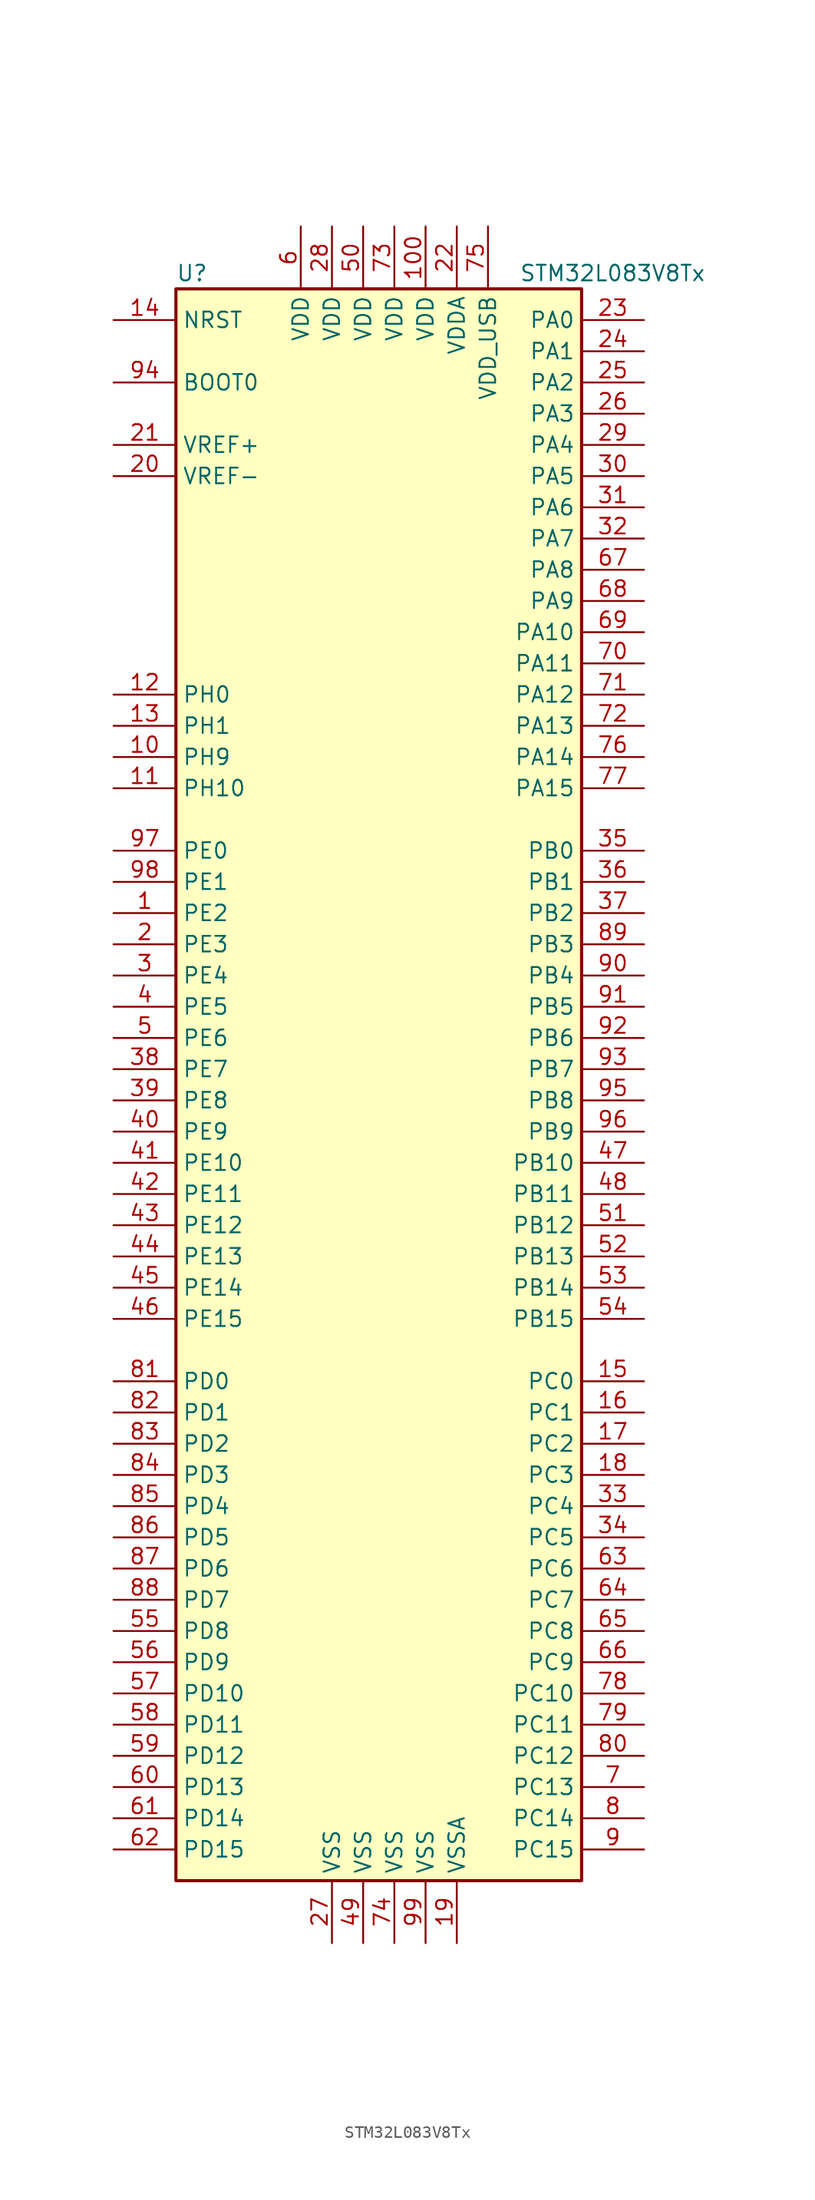
<source format=kicad_sym>
(kicad_symbol_lib
  (version 20201005)
  (generator kicad_symbol_editor)
  (symbol "STM32L083V8Tx"
    (property "Reference" "U"
      (at -17.78 64.77 0)
      (effects (font (size 1.27 1.27)) (justify left)))
    (property "Value" "STM32L083V8Tx"
      (at 10.16 64.77 0)
      (effects (font (size 1.27 1.27)) (justify left)))
    (symbol "STM32L083V8Tx_0_1"
      (rectangle (start -17.78 -66.04) (end 15.24 63.5) (stroke (width 0.254)) (fill (type background))))
    (symbol "STM32L083V8Tx_1_1"
      (pin input line (at -22.86 55.88 0) (length 5.08) (name "BOOT0" (effects (font (size 1.27 1.27)))) (number "94" (effects (font (size 1.27 1.27)))))
      (pin input line (at -22.86 60.96 0) (length 5.08) (name "NRST" (effects (font (size 1.27 1.27)))) (number "14" (effects (font (size 1.27 1.27)))))
      (pin bidirectional line (at 20.32 60.96 180) (length 5.08) (name "PA0" (effects (font (size 1.27 1.27)))) (number "23" (effects (font (size 1.27 1.27)))))
      (pin bidirectional line (at 20.32 58.42 180) (length 5.08) (name "PA1" (effects (font (size 1.27 1.27)))) (number "24" (effects (font (size 1.27 1.27)))))
      (pin bidirectional line (at 20.32 35.56 180) (length 5.08) (name "PA10" (effects (font (size 1.27 1.27)))) (number "69" (effects (font (size 1.27 1.27)))))
      (pin bidirectional line (at 20.32 33.02 180) (length 5.08) (name "PA11" (effects (font (size 1.27 1.27)))) (number "70" (effects (font (size 1.27 1.27)))))
      (pin bidirectional line (at 20.32 30.48 180) (length 5.08) (name "PA12" (effects (font (size 1.27 1.27)))) (number "71" (effects (font (size 1.27 1.27)))))
      (pin bidirectional line (at 20.32 27.94 180) (length 5.08) (name "PA13" (effects (font (size 1.27 1.27)))) (number "72" (effects (font (size 1.27 1.27)))))
      (pin bidirectional line (at 20.32 25.4 180) (length 5.08) (name "PA14" (effects (font (size 1.27 1.27)))) (number "76" (effects (font (size 1.27 1.27)))))
      (pin bidirectional line (at 20.32 22.86 180) (length 5.08) (name "PA15" (effects (font (size 1.27 1.27)))) (number "77" (effects (font (size 1.27 1.27)))))
      (pin bidirectional line (at 20.32 55.88 180) (length 5.08) (name "PA2" (effects (font (size 1.27 1.27)))) (number "25" (effects (font (size 1.27 1.27)))))
      (pin bidirectional line (at 20.32 53.34 180) (length 5.08) (name "PA3" (effects (font (size 1.27 1.27)))) (number "26" (effects (font (size 1.27 1.27)))))
      (pin bidirectional line (at 20.32 50.8 180) (length 5.08) (name "PA4" (effects (font (size 1.27 1.27)))) (number "29" (effects (font (size 1.27 1.27)))))
      (pin bidirectional line (at 20.32 48.26 180) (length 5.08) (name "PA5" (effects (font (size 1.27 1.27)))) (number "30" (effects (font (size 1.27 1.27)))))
      (pin bidirectional line (at 20.32 45.72 180) (length 5.08) (name "PA6" (effects (font (size 1.27 1.27)))) (number "31" (effects (font (size 1.27 1.27)))))
      (pin bidirectional line (at 20.32 43.18 180) (length 5.08) (name "PA7" (effects (font (size 1.27 1.27)))) (number "32" (effects (font (size 1.27 1.27)))))
      (pin bidirectional line (at 20.32 40.64 180) (length 5.08) (name "PA8" (effects (font (size 1.27 1.27)))) (number "67" (effects (font (size 1.27 1.27)))))
      (pin bidirectional line (at 20.32 38.1 180) (length 5.08) (name "PA9" (effects (font (size 1.27 1.27)))) (number "68" (effects (font (size 1.27 1.27)))))
      (pin bidirectional line (at 20.32 17.78 180) (length 5.08) (name "PB0" (effects (font (size 1.27 1.27)))) (number "35" (effects (font (size 1.27 1.27)))))
      (pin bidirectional line (at 20.32 15.24 180) (length 5.08) (name "PB1" (effects (font (size 1.27 1.27)))) (number "36" (effects (font (size 1.27 1.27)))))
      (pin bidirectional line (at 20.32 -7.62 180) (length 5.08) (name "PB10" (effects (font (size 1.27 1.27)))) (number "47" (effects (font (size 1.27 1.27)))))
      (pin bidirectional line (at 20.32 -10.16 180) (length 5.08) (name "PB11" (effects (font (size 1.27 1.27)))) (number "48" (effects (font (size 1.27 1.27)))))
      (pin bidirectional line (at 20.32 -12.7 180) (length 5.08) (name "PB12" (effects (font (size 1.27 1.27)))) (number "51" (effects (font (size 1.27 1.27)))))
      (pin bidirectional line (at 20.32 -15.24 180) (length 5.08) (name "PB13" (effects (font (size 1.27 1.27)))) (number "52" (effects (font (size 1.27 1.27)))))
      (pin bidirectional line (at 20.32 -17.78 180) (length 5.08) (name "PB14" (effects (font (size 1.27 1.27)))) (number "53" (effects (font (size 1.27 1.27)))))
      (pin bidirectional line (at 20.32 -20.32 180) (length 5.08) (name "PB15" (effects (font (size 1.27 1.27)))) (number "54" (effects (font (size 1.27 1.27)))))
      (pin bidirectional line (at 20.32 12.7 180) (length 5.08) (name "PB2" (effects (font (size 1.27 1.27)))) (number "37" (effects (font (size 1.27 1.27)))))
      (pin bidirectional line (at 20.32 10.16 180) (length 5.08) (name "PB3" (effects (font (size 1.27 1.27)))) (number "89" (effects (font (size 1.27 1.27)))))
      (pin bidirectional line (at 20.32 7.62 180) (length 5.08) (name "PB4" (effects (font (size 1.27 1.27)))) (number "90" (effects (font (size 1.27 1.27)))))
      (pin bidirectional line (at 20.32 5.08 180) (length 5.08) (name "PB5" (effects (font (size 1.27 1.27)))) (number "91" (effects (font (size 1.27 1.27)))))
      (pin bidirectional line (at 20.32 2.54 180) (length 5.08) (name "PB6" (effects (font (size 1.27 1.27)))) (number "92" (effects (font (size 1.27 1.27)))))
      (pin bidirectional line (at 20.32 0 180) (length 5.08) (name "PB7" (effects (font (size 1.27 1.27)))) (number "93" (effects (font (size 1.27 1.27)))))
      (pin bidirectional line (at 20.32 -2.54 180) (length 5.08) (name "PB8" (effects (font (size 1.27 1.27)))) (number "95" (effects (font (size 1.27 1.27)))))
      (pin bidirectional line (at 20.32 -5.08 180) (length 5.08) (name "PB9" (effects (font (size 1.27 1.27)))) (number "96" (effects (font (size 1.27 1.27)))))
      (pin bidirectional line (at 20.32 -25.4 180) (length 5.08) (name "PC0" (effects (font (size 1.27 1.27)))) (number "15" (effects (font (size 1.27 1.27)))))
      (pin bidirectional line (at 20.32 -27.94 180) (length 5.08) (name "PC1" (effects (font (size 1.27 1.27)))) (number "16" (effects (font (size 1.27 1.27)))))
      (pin bidirectional line (at 20.32 -50.8 180) (length 5.08) (name "PC10" (effects (font (size 1.27 1.27)))) (number "78" (effects (font (size 1.27 1.27)))))
      (pin bidirectional line (at 20.32 -53.34 180) (length 5.08) (name "PC11" (effects (font (size 1.27 1.27)))) (number "79" (effects (font (size 1.27 1.27)))))
      (pin bidirectional line (at 20.32 -55.88 180) (length 5.08) (name "PC12" (effects (font (size 1.27 1.27)))) (number "80" (effects (font (size 1.27 1.27)))))
      (pin bidirectional line (at 20.32 -58.42 180) (length 5.08) (name "PC13" (effects (font (size 1.27 1.27)))) (number "7" (effects (font (size 1.27 1.27)))))
      (pin bidirectional line (at 20.32 -60.96 180) (length 5.08) (name "PC14" (effects (font (size 1.27 1.27)))) (number "8" (effects (font (size 1.27 1.27)))))
      (pin bidirectional line (at 20.32 -63.5 180) (length 5.08) (name "PC15" (effects (font (size 1.27 1.27)))) (number "9" (effects (font (size 1.27 1.27)))))
      (pin bidirectional line (at 20.32 -30.48 180) (length 5.08) (name "PC2" (effects (font (size 1.27 1.27)))) (number "17" (effects (font (size 1.27 1.27)))))
      (pin bidirectional line (at 20.32 -33.02 180) (length 5.08) (name "PC3" (effects (font (size 1.27 1.27)))) (number "18" (effects (font (size 1.27 1.27)))))
      (pin bidirectional line (at 20.32 -35.56 180) (length 5.08) (name "PC4" (effects (font (size 1.27 1.27)))) (number "33" (effects (font (size 1.27 1.27)))))
      (pin bidirectional line (at 20.32 -38.1 180) (length 5.08) (name "PC5" (effects (font (size 1.27 1.27)))) (number "34" (effects (font (size 1.27 1.27)))))
      (pin bidirectional line (at 20.32 -40.64 180) (length 5.08) (name "PC6" (effects (font (size 1.27 1.27)))) (number "63" (effects (font (size 1.27 1.27)))))
      (pin bidirectional line (at 20.32 -43.18 180) (length 5.08) (name "PC7" (effects (font (size 1.27 1.27)))) (number "64" (effects (font (size 1.27 1.27)))))
      (pin bidirectional line (at 20.32 -45.72 180) (length 5.08) (name "PC8" (effects (font (size 1.27 1.27)))) (number "65" (effects (font (size 1.27 1.27)))))
      (pin bidirectional line (at 20.32 -48.26 180) (length 5.08) (name "PC9" (effects (font (size 1.27 1.27)))) (number "66" (effects (font (size 1.27 1.27)))))
      (pin bidirectional line (at -22.86 -25.4 0) (length 5.08) (name "PD0" (effects (font (size 1.27 1.27)))) (number "81" (effects (font (size 1.27 1.27)))))
      (pin bidirectional line (at -22.86 -27.94 0) (length 5.08) (name "PD1" (effects (font (size 1.27 1.27)))) (number "82" (effects (font (size 1.27 1.27)))))
      (pin bidirectional line (at -22.86 -50.8 0) (length 5.08) (name "PD10" (effects (font (size 1.27 1.27)))) (number "57" (effects (font (size 1.27 1.27)))))
      (pin bidirectional line (at -22.86 -53.34 0) (length 5.08) (name "PD11" (effects (font (size 1.27 1.27)))) (number "58" (effects (font (size 1.27 1.27)))))
      (pin bidirectional line (at -22.86 -55.88 0) (length 5.08) (name "PD12" (effects (font (size 1.27 1.27)))) (number "59" (effects (font (size 1.27 1.27)))))
      (pin bidirectional line (at -22.86 -58.42 0) (length 5.08) (name "PD13" (effects (font (size 1.27 1.27)))) (number "60" (effects (font (size 1.27 1.27)))))
      (pin bidirectional line (at -22.86 -60.96 0) (length 5.08) (name "PD14" (effects (font (size 1.27 1.27)))) (number "61" (effects (font (size 1.27 1.27)))))
      (pin bidirectional line (at -22.86 -63.5 0) (length 5.08) (name "PD15" (effects (font (size 1.27 1.27)))) (number "62" (effects (font (size 1.27 1.27)))))
      (pin bidirectional line (at -22.86 -30.48 0) (length 5.08) (name "PD2" (effects (font (size 1.27 1.27)))) (number "83" (effects (font (size 1.27 1.27)))))
      (pin bidirectional line (at -22.86 -33.02 0) (length 5.08) (name "PD3" (effects (font (size 1.27 1.27)))) (number "84" (effects (font (size 1.27 1.27)))))
      (pin bidirectional line (at -22.86 -35.56 0) (length 5.08) (name "PD4" (effects (font (size 1.27 1.27)))) (number "85" (effects (font (size 1.27 1.27)))))
      (pin bidirectional line (at -22.86 -38.1 0) (length 5.08) (name "PD5" (effects (font (size 1.27 1.27)))) (number "86" (effects (font (size 1.27 1.27)))))
      (pin bidirectional line (at -22.86 -40.64 0) (length 5.08) (name "PD6" (effects (font (size 1.27 1.27)))) (number "87" (effects (font (size 1.27 1.27)))))
      (pin bidirectional line (at -22.86 -43.18 0) (length 5.08) (name "PD7" (effects (font (size 1.27 1.27)))) (number "88" (effects (font (size 1.27 1.27)))))
      (pin bidirectional line (at -22.86 -45.72 0) (length 5.08) (name "PD8" (effects (font (size 1.27 1.27)))) (number "55" (effects (font (size 1.27 1.27)))))
      (pin bidirectional line (at -22.86 -48.26 0) (length 5.08) (name "PD9" (effects (font (size 1.27 1.27)))) (number "56" (effects (font (size 1.27 1.27)))))
      (pin bidirectional line (at -22.86 17.78 0) (length 5.08) (name "PE0" (effects (font (size 1.27 1.27)))) (number "97" (effects (font (size 1.27 1.27)))))
      (pin bidirectional line (at -22.86 15.24 0) (length 5.08) (name "PE1" (effects (font (size 1.27 1.27)))) (number "98" (effects (font (size 1.27 1.27)))))
      (pin bidirectional line (at -22.86 -7.62 0) (length 5.08) (name "PE10" (effects (font (size 1.27 1.27)))) (number "41" (effects (font (size 1.27 1.27)))))
      (pin bidirectional line (at -22.86 -10.16 0) (length 5.08) (name "PE11" (effects (font (size 1.27 1.27)))) (number "42" (effects (font (size 1.27 1.27)))))
      (pin bidirectional line (at -22.86 -12.7 0) (length 5.08) (name "PE12" (effects (font (size 1.27 1.27)))) (number "43" (effects (font (size 1.27 1.27)))))
      (pin bidirectional line (at -22.86 -15.24 0) (length 5.08) (name "PE13" (effects (font (size 1.27 1.27)))) (number "44" (effects (font (size 1.27 1.27)))))
      (pin bidirectional line (at -22.86 -17.78 0) (length 5.08) (name "PE14" (effects (font (size 1.27 1.27)))) (number "45" (effects (font (size 1.27 1.27)))))
      (pin bidirectional line (at -22.86 -20.32 0) (length 5.08) (name "PE15" (effects (font (size 1.27 1.27)))) (number "46" (effects (font (size 1.27 1.27)))))
      (pin bidirectional line (at -22.86 12.7 0) (length 5.08) (name "PE2" (effects (font (size 1.27 1.27)))) (number "1" (effects (font (size 1.27 1.27)))))
      (pin bidirectional line (at -22.86 10.16 0) (length 5.08) (name "PE3" (effects (font (size 1.27 1.27)))) (number "2" (effects (font (size 1.27 1.27)))))
      (pin bidirectional line (at -22.86 7.62 0) (length 5.08) (name "PE4" (effects (font (size 1.27 1.27)))) (number "3" (effects (font (size 1.27 1.27)))))
      (pin bidirectional line (at -22.86 5.08 0) (length 5.08) (name "PE5" (effects (font (size 1.27 1.27)))) (number "4" (effects (font (size 1.27 1.27)))))
      (pin bidirectional line (at -22.86 2.54 0) (length 5.08) (name "PE6" (effects (font (size 1.27 1.27)))) (number "5" (effects (font (size 1.27 1.27)))))
      (pin bidirectional line (at -22.86 0 0) (length 5.08) (name "PE7" (effects (font (size 1.27 1.27)))) (number "38" (effects (font (size 1.27 1.27)))))
      (pin bidirectional line (at -22.86 -2.54 0) (length 5.08) (name "PE8" (effects (font (size 1.27 1.27)))) (number "39" (effects (font (size 1.27 1.27)))))
      (pin bidirectional line (at -22.86 -5.08 0) (length 5.08) (name "PE9" (effects (font (size 1.27 1.27)))) (number "40" (effects (font (size 1.27 1.27)))))
      (pin input line (at -22.86 30.48 0) (length 5.08) (name "PH0" (effects (font (size 1.27 1.27)))) (number "12" (effects (font (size 1.27 1.27)))))
      (pin input line (at -22.86 27.94 0) (length 5.08) (name "PH1" (effects (font (size 1.27 1.27)))) (number "13" (effects (font (size 1.27 1.27)))))
      (pin bidirectional line (at -22.86 22.86 0) (length 5.08) (name "PH10" (effects (font (size 1.27 1.27)))) (number "11" (effects (font (size 1.27 1.27)))))
      (pin bidirectional line (at -22.86 25.4 0) (length 5.08) (name "PH9" (effects (font (size 1.27 1.27)))) (number "10" (effects (font (size 1.27 1.27)))))
      (pin power_in line (at 2.54 68.58 270) (length 5.08) (name "VDD" (effects (font (size 1.27 1.27)))) (number "100" (effects (font (size 1.27 1.27)))))
      (pin power_in line (at -5.08 68.58 270) (length 5.08) (name "VDD" (effects (font (size 1.27 1.27)))) (number "28" (effects (font (size 1.27 1.27)))))
      (pin power_in line (at -2.54 68.58 270) (length 5.08) (name "VDD" (effects (font (size 1.27 1.27)))) (number "50" (effects (font (size 1.27 1.27)))))
      (pin power_in line (at -7.62 68.58 270) (length 5.08) (name "VDD" (effects (font (size 1.27 1.27)))) (number "6" (effects (font (size 1.27 1.27)))))
      (pin power_in line (at 0 68.58 270) (length 5.08) (name "VDD" (effects (font (size 1.27 1.27)))) (number "73" (effects (font (size 1.27 1.27)))))
      (pin power_in line (at 5.08 68.58 270) (length 5.08) (name "VDDA" (effects (font (size 1.27 1.27)))) (number "22" (effects (font (size 1.27 1.27)))))
      (pin power_in line (at 7.62 68.58 270) (length 5.08) (name "VDD_USB" (effects (font (size 1.27 1.27)))) (number "75" (effects (font (size 1.27 1.27)))))
      (pin power_in line (at -22.86 50.8 0) (length 5.08) (name "VREF+" (effects (font (size 1.27 1.27)))) (number "21" (effects (font (size 1.27 1.27)))))
      (pin power_in line (at -22.86 48.26 0) (length 5.08) (name "VREF-" (effects (font (size 1.27 1.27)))) (number "20" (effects (font (size 1.27 1.27)))))
      (pin power_in line (at -5.08 -71.12 90) (length 5.08) (name "VSS" (effects (font (size 1.27 1.27)))) (number "27" (effects (font (size 1.27 1.27)))))
      (pin power_in line (at -2.54 -71.12 90) (length 5.08) (name "VSS" (effects (font (size 1.27 1.27)))) (number "49" (effects (font (size 1.27 1.27)))))
      (pin power_in line (at 0 -71.12 90) (length 5.08) (name "VSS" (effects (font (size 1.27 1.27)))) (number "74" (effects (font (size 1.27 1.27)))))
      (pin power_in line (at 2.54 -71.12 90) (length 5.08) (name "VSS" (effects (font (size 1.27 1.27)))) (number "99" (effects (font (size 1.27 1.27)))))
      (pin power_in line (at 5.08 -71.12 90) (length 5.08) (name "VSSA" (effects (font (size 1.27 1.27)))) (number "19" (effects (font (size 1.27 1.27))))))))
</source>
